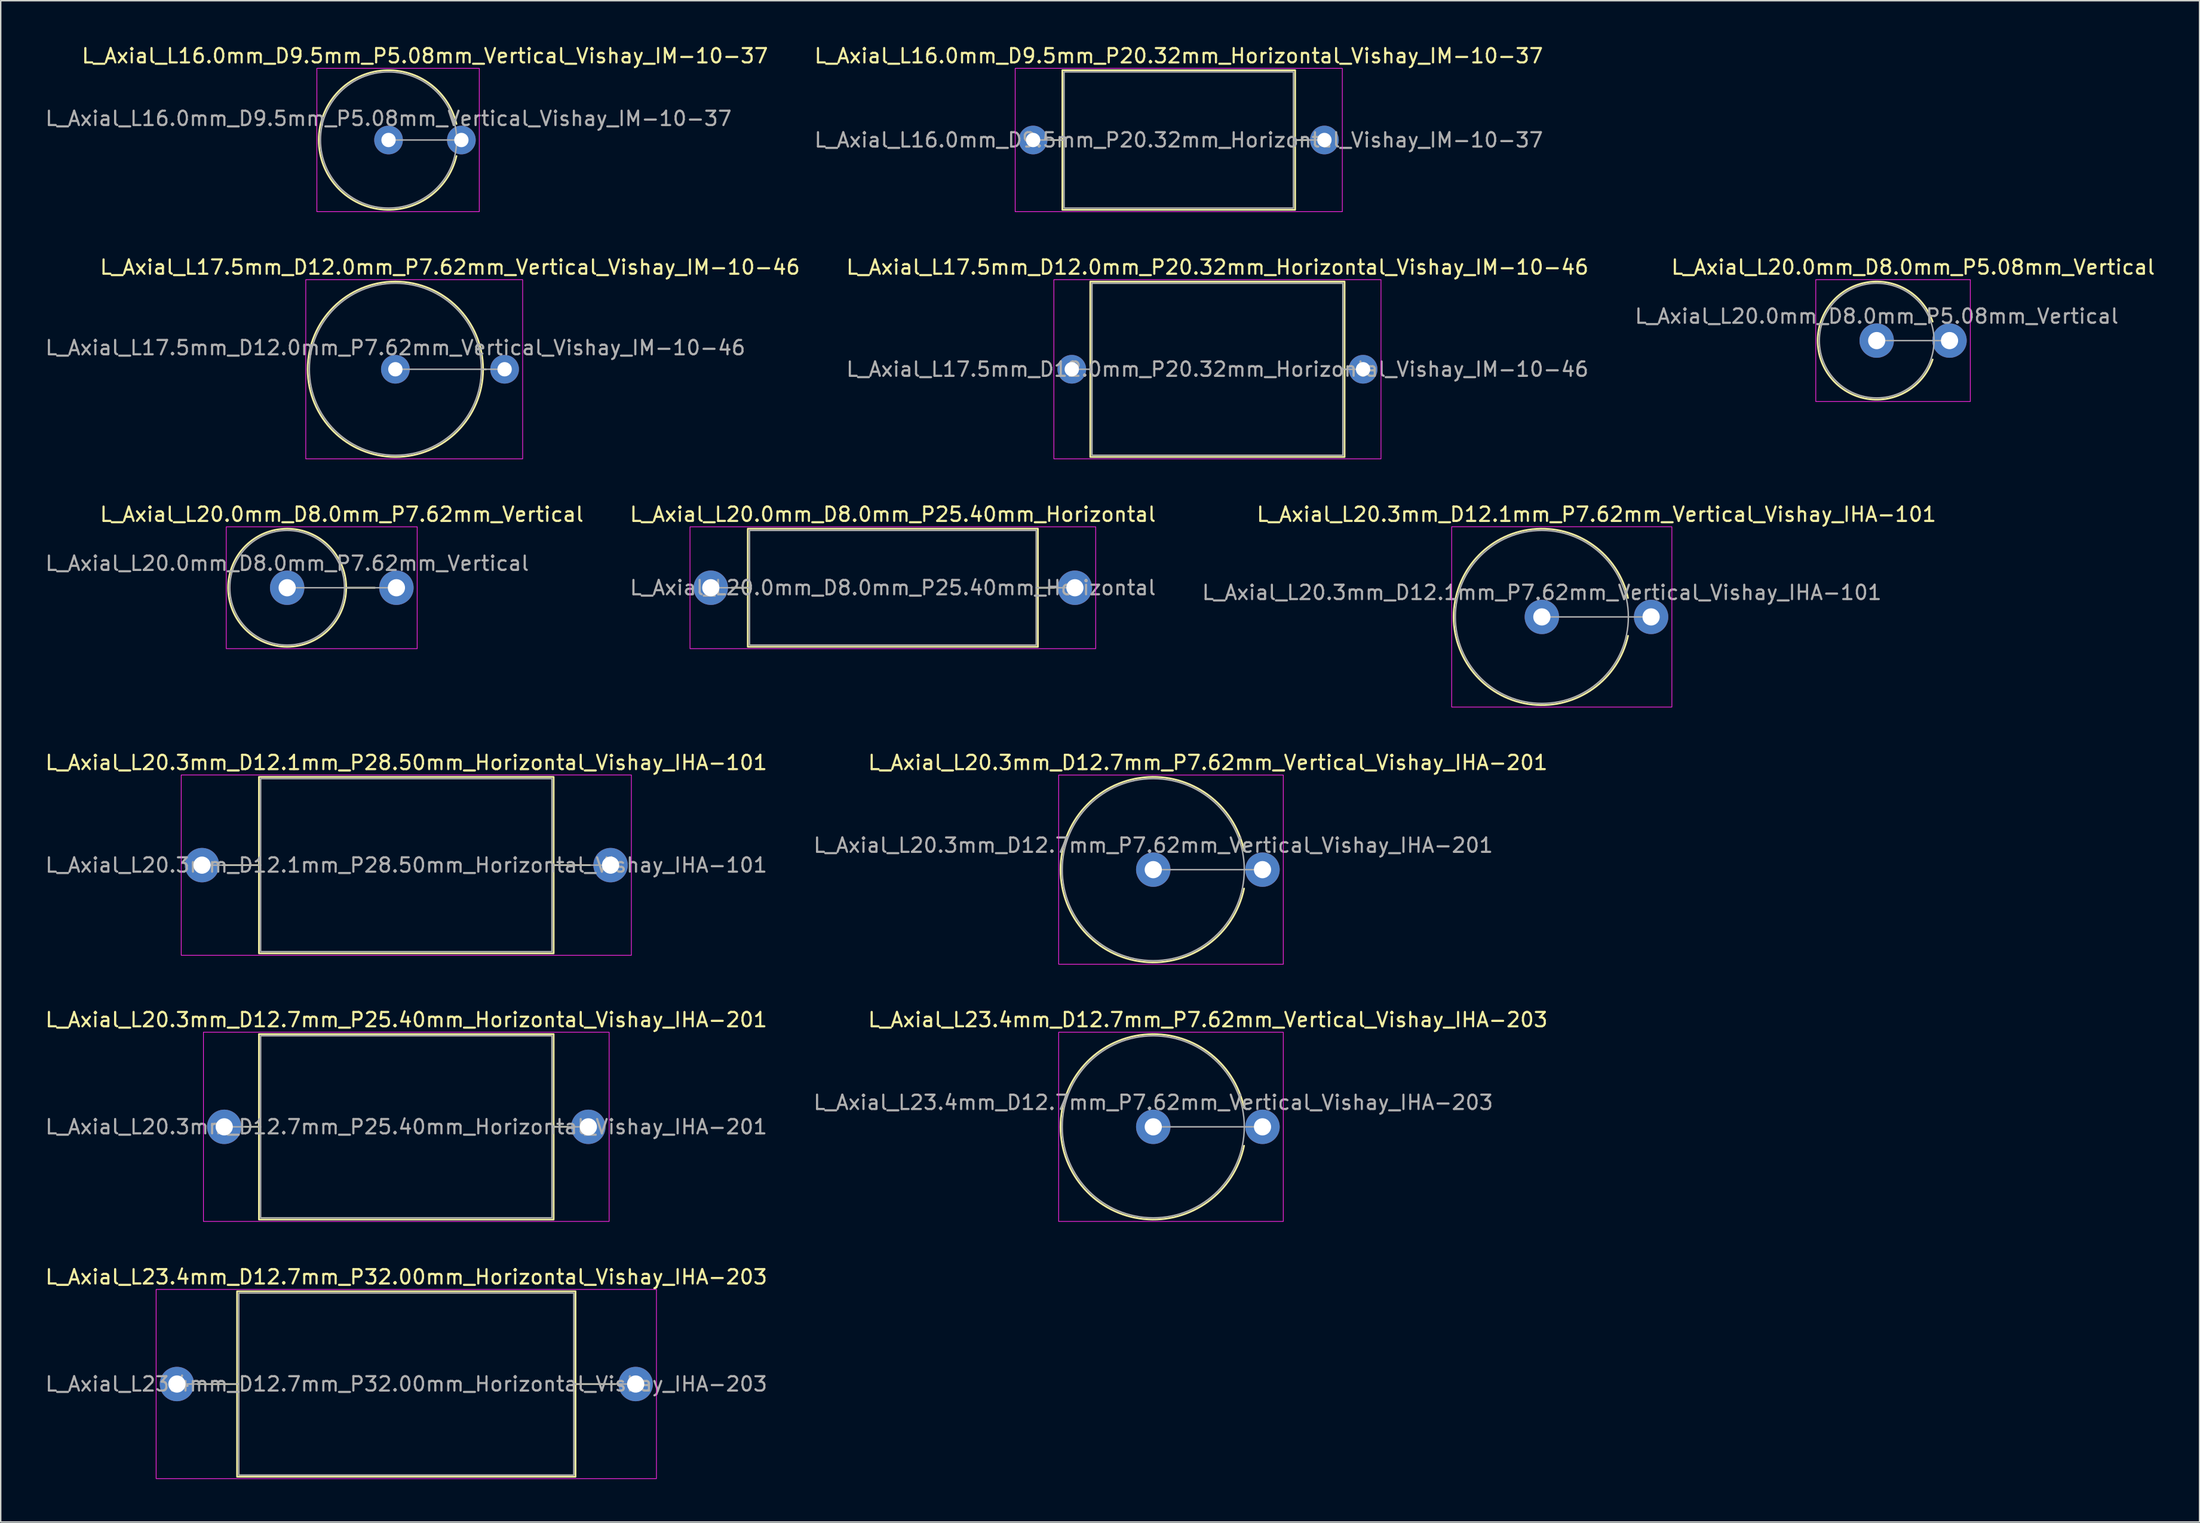
<source format=kicad_pcb>
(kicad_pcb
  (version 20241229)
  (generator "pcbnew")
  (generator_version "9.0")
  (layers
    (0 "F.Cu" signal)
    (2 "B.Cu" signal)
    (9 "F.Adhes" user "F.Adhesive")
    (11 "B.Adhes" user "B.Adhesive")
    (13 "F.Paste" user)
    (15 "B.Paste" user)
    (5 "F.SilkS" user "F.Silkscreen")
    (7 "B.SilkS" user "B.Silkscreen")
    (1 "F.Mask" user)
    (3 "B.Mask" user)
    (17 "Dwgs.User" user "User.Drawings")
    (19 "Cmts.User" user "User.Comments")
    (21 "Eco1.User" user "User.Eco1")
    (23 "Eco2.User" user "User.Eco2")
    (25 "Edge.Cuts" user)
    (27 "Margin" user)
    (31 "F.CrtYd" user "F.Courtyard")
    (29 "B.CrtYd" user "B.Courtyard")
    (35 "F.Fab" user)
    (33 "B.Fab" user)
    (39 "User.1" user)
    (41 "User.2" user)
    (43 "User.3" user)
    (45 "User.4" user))
  (footprint "L_Axial_L16.0mm_D9.5mm_P5.08mm_Vertical_Vishay_IM-10-37"
    (layer "F.Cu")
    (at 24.054 6.718)
    (property "Reference" "L_Axial_L16.0mm_D9.5mm_P5.08mm_Vertical_Vishay_IM-10-37" (at 2.54 -5.87 0) (layer "F.SilkS") (effects (font (size 1 1) (thickness 0.15))))
    (attr through_hole)
    (fp_arc (start 4.739462 1.12) (mid -4.87 0) (end 4.739462 -1.12) (stroke (width 0.12) (type solid)) (layer "F.SilkS"))
    (fp_rect (start -5 -5) (end 6.33 5) (stroke (width 0.05) (type solid)) (fill no) (layer "F.CrtYd"))
    (fp_line (start 0 0) (end 5.08 0) (stroke (width 0.1) (type solid)) (layer "F.Fab"))
    (fp_circle (center 0 0) (end 4.75 0) (stroke (width 0.1) (type solid)) (fill no) (layer "F.Fab"))
    (fp_text user "${REFERENCE}" (at 0 -1.5 0) (layer "F.Fab") (effects (font (size 1 1) (thickness 0.15))))
    (pad "1" thru_hole circle (at 0 0) (size 2 2) (drill 1) (layers "*.Cu" "*.Mask"))
    (pad "2" thru_hole circle (at 5.08 0) (size 2 2) (drill 1) (layers "*.Cu" "*.Mask")))
  (footprint "L_Axial_L20.3mm_D12.1mm_P7.62mm_Vertical_Vishay_IHA-101"
    (layer "F.Cu")
    (at 104.506 39.99)
    (property "Reference" "L_Axial_L20.3mm_D12.1mm_P7.62mm_Vertical_Vishay_IHA-101" (at 3.81 -7.155 0) (layer "F.SilkS") (effects (font (size 1 1) (thickness 0.15))))
    (attr through_hole)
    (fp_arc (start 6.01179 1.32) (mid -6.155 0) (end 6.01179 -1.32) (stroke (width 0.12) (type solid)) (layer "F.SilkS"))
    (fp_rect (start -6.29 -6.29) (end 9.07 6.29) (stroke (width 0.05) (type solid)) (fill no) (layer "F.CrtYd"))
    (fp_line (start 0 0) (end 7.62 0) (stroke (width 0.1) (type solid)) (layer "F.Fab"))
    (fp_circle (center 0 0) (end 6.035 0) (stroke (width 0.1) (type solid)) (fill no) (layer "F.Fab"))
    (fp_text user "${REFERENCE}" (at 0 -1.7 0) (layer "F.Fab") (effects (font (size 1 1) (thickness 0.15))))
    (pad "1" thru_hole circle (at 0 0) (size 2.4 2.4) (drill 1.2) (layers "*.Cu" "*.Mask"))
    (pad "2" thru_hole circle (at 7.62 0) (size 2.4 2.4) (drill 1.2) (layers "*.Cu" "*.Mask")))
  (footprint "L_Axial_L16.0mm_D9.5mm_P20.32mm_Horizontal_Vishay_IM-10-37"
    (layer "F.Cu")
    (at 69.017 6.718)
    (property "Reference" "L_Axial_L16.0mm_D9.5mm_P20.32mm_Horizontal_Vishay_IM-10-37" (at 10.16 -5.87 0) (layer "F.SilkS") (effects (font (size 1 1) (thickness 0.15))))
    (attr through_hole)
    (fp_line (start 1.24 0) (end 2.04 0) (stroke (width 0.12) (type solid)) (layer "F.SilkS"))
    (fp_line (start 19.08 0) (end 18.28 0) (stroke (width 0.12) (type solid)) (layer "F.SilkS"))
    (fp_rect (start 2.04 -4.87) (end 18.28 4.87) (stroke (width 0.12) (type solid)) (fill no) (layer "F.SilkS"))
    (fp_rect (start -1.25 -5) (end 21.57 5) (stroke (width 0.05) (type solid)) (fill no) (layer "F.CrtYd"))
    (fp_line (start 0 0) (end 2.16 0) (stroke (width 0.1) (type solid)) (layer "F.Fab"))
    (fp_line (start 20.32 0) (end 18.16 0) (stroke (width 0.1) (type solid)) (layer "F.Fab"))
    (fp_rect (start 2.16 -4.75) (end 18.16 4.75) (stroke (width 0.1) (type solid)) (fill no) (layer "F.Fab"))
    (fp_text user "${REFERENCE}" (at 10.16 0 0) (layer "F.Fab") (effects (font (size 1 1) (thickness 0.15))))
    (pad "1" thru_hole circle (at 0 0) (size 2 2) (drill 1) (layers "*.Cu" "*.Mask"))
    (pad "2" thru_hole circle (at 20.32 0) (size 2 2) (drill 1) (layers "*.Cu" "*.Mask")))
  (footprint "L_Axial_L17.5mm_D12.0mm_P20.32mm_Horizontal_Vishay_IM-10-46"
    (layer "F.Cu")
    (at 71.715 22.712)
    (property "Reference" "L_Axial_L17.5mm_D12.0mm_P20.32mm_Horizontal_Vishay_IM-10-46" (at 10.16 -7.12 0) (layer "F.SilkS") (effects (font (size 1 1) (thickness 0.15))))
    (attr through_hole)
    (fp_line (start 1.24 0) (end 1.29 0) (stroke (width 0.12) (type solid)) (layer "F.SilkS"))
    (fp_line (start 19.08 0) (end 19.03 0) (stroke (width 0.12) (type solid)) (layer "F.SilkS"))
    (fp_rect (start 1.29 -6.12) (end 19.03 6.12) (stroke (width 0.12) (type solid)) (fill no) (layer "F.SilkS"))
    (fp_rect (start -1.25 -6.25) (end 21.57 6.25) (stroke (width 0.05) (type solid)) (fill no) (layer "F.CrtYd"))
    (fp_line (start 0 0) (end 1.41 0) (stroke (width 0.1) (type solid)) (layer "F.Fab"))
    (fp_line (start 20.32 0) (end 18.91 0) (stroke (width 0.1) (type solid)) (layer "F.Fab"))
    (fp_rect (start 1.41 -6) (end 18.91 6) (stroke (width 0.1) (type solid)) (fill no) (layer "F.Fab"))
    (fp_text user "${REFERENCE}" (at 10.16 0 0) (layer "F.Fab") (effects (font (size 1 1) (thickness 0.15))))
    (pad "1" thru_hole circle (at 0 0) (size 2 2) (drill 1) (layers "*.Cu" "*.Mask"))
    (pad "2" thru_hole circle (at 20.32 0) (size 2 2) (drill 1) (layers "*.Cu" "*.Mask")))
  (footprint "L_Axial_L20.0mm_D8.0mm_P25.40mm_Horizontal"
    (layer "F.Cu")
    (at 46.533 37.955)
    (property "Reference" "L_Axial_L20.0mm_D8.0mm_P25.40mm_Horizontal" (at 12.7 -5.12 0) (layer "F.SilkS") (effects (font (size 1 1) (thickness 0.15))))
    (attr through_hole)
    (fp_line (start 1.44 0) (end 2.58 0) (stroke (width 0.12) (type solid)) (layer "F.SilkS"))
    (fp_line (start 23.96 0) (end 22.82 0) (stroke (width 0.12) (type solid)) (layer "F.SilkS"))
    (fp_rect (start 2.58 -4.12) (end 22.82 4.12) (stroke (width 0.12) (type solid)) (fill no) (layer "F.SilkS"))
    (fp_rect (start -1.45 -4.25) (end 26.85 4.25) (stroke (width 0.05) (type solid)) (fill no) (layer "F.CrtYd"))
    (fp_line (start 0 0) (end 2.7 0) (stroke (width 0.1) (type solid)) (layer "F.Fab"))
    (fp_line (start 25.4 0) (end 22.7 0) (stroke (width 0.1) (type solid)) (layer "F.Fab"))
    (fp_rect (start 2.7 -4) (end 22.7 4) (stroke (width 0.1) (type solid)) (fill no) (layer "F.Fab"))
    (fp_text user "${REFERENCE}" (at 12.7 0 0) (layer "F.Fab") (effects (font (size 1 1) (thickness 0.15))))
    (pad "1" thru_hole circle (at 0 0) (size 2.4 2.4) (drill 1.2) (layers "*.Cu" "*.Mask"))
    (pad "2" thru_hole circle (at 25.4 0) (size 2.4 2.4) (drill 1.2) (layers "*.Cu" "*.Mask")))
  (footprint "L_Axial_L23.4mm_D12.7mm_P32.00mm_Horizontal_Vishay_IHA-203"
    (layer "F.Cu")
    (at 9.292 93.51)
    (property "Reference" "L_Axial_L23.4mm_D12.7mm_P32.00mm_Horizontal_Vishay_IHA-203" (at 16 -7.47 0) (layer "F.SilkS") (effects (font (size 1 1) (thickness 0.15))))
    (attr through_hole)
    (fp_line (start 1.44 0) (end 4.195 0) (stroke (width 0.12) (type solid)) (layer "F.SilkS"))
    (fp_line (start 30.56 0) (end 27.805 0) (stroke (width 0.12) (type solid)) (layer "F.SilkS"))
    (fp_rect (start 4.195 -6.47) (end 27.805 6.47) (stroke (width 0.12) (type solid)) (fill no) (layer "F.SilkS"))
    (fp_rect (start -1.45 -6.6) (end 33.45 6.6) (stroke (width 0.05) (type solid)) (fill no) (layer "F.CrtYd"))
    (fp_line (start 0 0) (end 4.315 0) (stroke (width 0.1) (type solid)) (layer "F.Fab"))
    (fp_line (start 32 0) (end 27.685 0) (stroke (width 0.1) (type solid)) (layer "F.Fab"))
    (fp_rect (start 4.315 -6.35) (end 27.685 6.35) (stroke (width 0.1) (type solid)) (fill no) (layer "F.Fab"))
    (fp_text user "${REFERENCE}" (at 16 0 0) (layer "F.Fab") (effects (font (size 1 1) (thickness 0.15))))
    (pad "1" thru_hole circle (at 0 0) (size 2.4 2.4) (drill 1.2) (layers "*.Cu" "*.Mask"))
    (pad "2" thru_hole circle (at 32 0) (size 2.4 2.4) (drill 1.2) (layers "*.Cu" "*.Mask")))
  (footprint "L_Axial_L20.3mm_D12.7mm_P25.40mm_Horizontal_Vishay_IHA-201"
    (layer "F.Cu")
    (at 12.592 75.566)
    (property "Reference" "L_Axial_L20.3mm_D12.7mm_P25.40mm_Horizontal_Vishay_IHA-201" (at 12.7 -7.47 0) (layer "F.SilkS") (effects (font (size 1 1) (thickness 0.15))))
    (attr through_hole)
    (fp_line (start 1.44 0) (end 2.42 0) (stroke (width 0.12) (type solid)) (layer "F.SilkS"))
    (fp_line (start 23.96 0) (end 22.98 0) (stroke (width 0.12) (type solid)) (layer "F.SilkS"))
    (fp_rect (start 2.42 -6.47) (end 22.98 6.47) (stroke (width 0.12) (type solid)) (fill no) (layer "F.SilkS"))
    (fp_rect (start -1.45 -6.6) (end 26.85 6.6) (stroke (width 0.05) (type solid)) (fill no) (layer "F.CrtYd"))
    (fp_line (start 0 0) (end 2.54 0) (stroke (width 0.1) (type solid)) (layer "F.Fab"))
    (fp_line (start 25.4 0) (end 22.86 0) (stroke (width 0.1) (type solid)) (layer "F.Fab"))
    (fp_rect (start 2.54 -6.35) (end 22.86 6.35) (stroke (width 0.1) (type solid)) (fill no) (layer "F.Fab"))
    (fp_text user "${REFERENCE}" (at 12.7 0 0) (layer "F.Fab") (effects (font (size 1 1) (thickness 0.15))))
    (pad "1" thru_hole circle (at 0 0) (size 2.4 2.4) (drill 1.2) (layers "*.Cu" "*.Mask"))
    (pad "2" thru_hole circle (at 25.4 0) (size 2.4 2.4) (drill 1.2) (layers "*.Cu" "*.Mask")))
  (footprint "L_Axial_L20.0mm_D8.0mm_P5.08mm_Vertical"
    (layer "F.Cu")
    (at 127.864 20.712)
    (property "Reference" "L_Axial_L20.0mm_D8.0mm_P5.08mm_Vertical" (at 2.54 -5.12 0) (layer "F.SilkS") (effects (font (size 1 1) (thickness 0.15))))
    (attr through_hole)
    (fp_arc (start 3.902819 1.32) (mid -4.12 0) (end 3.902819 -1.32) (stroke (width 0.12) (type solid)) (layer "F.SilkS"))
    (fp_rect (start -4.25 -4.25) (end 6.53 4.25) (stroke (width 0.05) (type solid)) (fill no) (layer "F.CrtYd"))
    (fp_line (start 0 0) (end 5.08 0) (stroke (width 0.1) (type solid)) (layer "F.Fab"))
    (fp_circle (center 0 0) (end 4 0) (stroke (width 0.1) (type solid)) (fill no) (layer "F.Fab"))
    (fp_text user "${REFERENCE}" (at 0 -1.7 0) (layer "F.Fab") (effects (font (size 1 1) (thickness 0.15))))
    (pad "1" thru_hole circle (at 0 0) (size 2.4 2.4) (drill 1.2) (layers "*.Cu" "*.Mask"))
    (pad "2" thru_hole circle (at 5.08 0) (size 2.4 2.4) (drill 1.2) (layers "*.Cu" "*.Mask")))
  (footprint "L_Axial_L23.4mm_D12.7mm_P7.62mm_Vertical_Vishay_IHA-203"
    (layer "F.Cu")
    (at 77.399 75.566)
    (property "Reference" "L_Axial_L23.4mm_D12.7mm_P7.62mm_Vertical_Vishay_IHA-203" (at 3.81 -7.47 0) (layer "F.SilkS") (effects (font (size 1 1) (thickness 0.15))))
    (attr through_hole)
    (fp_arc (start 6.333917 1.32) (mid -6.47 0) (end 6.333917 -1.32) (stroke (width 0.12) (type solid)) (layer "F.SilkS"))
    (fp_rect (start -6.6 -6.6) (end 9.07 6.6) (stroke (width 0.05) (type solid)) (fill no) (layer "F.CrtYd"))
    (fp_line (start 0 0) (end 7.62 0) (stroke (width 0.1) (type solid)) (layer "F.Fab"))
    (fp_circle (center 0 0) (end 6.35 0) (stroke (width 0.1) (type solid)) (fill no) (layer "F.Fab"))
    (fp_text user "${REFERENCE}" (at 0 -1.7 0) (layer "F.Fab") (effects (font (size 1 1) (thickness 0.15))))
    (pad "1" thru_hole circle (at 0 0) (size 2.4 2.4) (drill 1.2) (layers "*.Cu" "*.Mask"))
    (pad "2" thru_hole circle (at 7.62 0) (size 2.4 2.4) (drill 1.2) (layers "*.Cu" "*.Mask")))
  (footprint "L_Axial_L20.3mm_D12.1mm_P28.50mm_Horizontal_Vishay_IHA-101"
    (layer "F.Cu")
    (at 11.042 57.308)
    (property "Reference" "L_Axial_L20.3mm_D12.1mm_P28.50mm_Horizontal_Vishay_IHA-101" (at 14.25 -7.155 0) (layer "F.SilkS") (effects (font (size 1 1) (thickness 0.15))))
    (attr through_hole)
    (fp_line (start 1.44 0) (end 3.97 0) (stroke (width 0.12) (type solid)) (layer "F.SilkS"))
    (fp_line (start 27.06 0) (end 24.53 0) (stroke (width 0.12) (type solid)) (layer "F.SilkS"))
    (fp_rect (start 3.97 -6.155) (end 24.53 6.155) (stroke (width 0.12) (type solid)) (fill no) (layer "F.SilkS"))
    (fp_rect (start -1.45 -6.29) (end 29.95 6.29) (stroke (width 0.05) (type solid)) (fill no) (layer "F.CrtYd"))
    (fp_line (start 0 0) (end 4.09 0) (stroke (width 0.1) (type solid)) (layer "F.Fab"))
    (fp_line (start 28.5 0) (end 24.41 0) (stroke (width 0.1) (type solid)) (layer "F.Fab"))
    (fp_rect (start 4.09 -6.035) (end 24.41 6.035) (stroke (width 0.1) (type solid)) (fill no) (layer "F.Fab"))
    (fp_text user "${REFERENCE}" (at 14.25 0 0) (layer "F.Fab") (effects (font (size 1 1) (thickness 0.15))))
    (pad "1" thru_hole circle (at 0 0) (size 2.4 2.4) (drill 1.2) (layers "*.Cu" "*.Mask"))
    (pad "2" thru_hole circle (at 28.5 0) (size 2.4 2.4) (drill 1.2) (layers "*.Cu" "*.Mask")))
  (footprint "L_Axial_L20.0mm_D8.0mm_P7.62mm_Vertical"
    (layer "F.Cu")
    (at 16.982 37.955)
    (property "Reference" "L_Axial_L20.0mm_D8.0mm_P7.62mm_Vertical" (at 3.81 -5.12 0) (layer "F.SilkS") (effects (font (size 1 1) (thickness 0.15))))
    (attr through_hole)
    (fp_line (start 4.12 0) (end 6.12 0) (stroke (width 0.12) (type solid)) (layer "F.SilkS"))
    (fp_circle (center 0 0) (end 4.12 0) (stroke (width 0.12) (type solid)) (fill no) (layer "F.SilkS"))
    (fp_rect (start -4.25 -4.25) (end 9.07 4.25) (stroke (width 0.05) (type solid)) (fill no) (layer "F.CrtYd"))
    (fp_line (start 0 0) (end 7.62 0) (stroke (width 0.1) (type solid)) (layer "F.Fab"))
    (fp_circle (center 0 0) (end 4 0) (stroke (width 0.1) (type solid)) (fill no) (layer "F.Fab"))
    (fp_text user "${REFERENCE}" (at 0 -1.7 0) (layer "F.Fab") (effects (font (size 1 1) (thickness 0.15))))
    (pad "1" thru_hole circle (at 0 0) (size 2.4 2.4) (drill 1.2) (layers "*.Cu" "*.Mask"))
    (pad "2" thru_hole circle (at 7.62 0) (size 2.4 2.4) (drill 1.2) (layers "*.Cu" "*.Mask")))
  (footprint "L_Axial_L20.3mm_D12.7mm_P7.62mm_Vertical_Vishay_IHA-201"
    (layer "F.Cu")
    (at 77.399 57.623)
    (property "Reference" "L_Axial_L20.3mm_D12.7mm_P7.62mm_Vertical_Vishay_IHA-201" (at 3.81 -7.47 0) (layer "F.SilkS") (effects (font (size 1 1) (thickness 0.15))))
    (attr through_hole)
    (fp_arc (start 6.333917 1.32) (mid -6.47 0) (end 6.333917 -1.32) (stroke (width 0.12) (type solid)) (layer "F.SilkS"))
    (fp_rect (start -6.6 -6.6) (end 9.07 6.6) (stroke (width 0.05) (type solid)) (fill no) (layer "F.CrtYd"))
    (fp_line (start 0 0) (end 7.62 0) (stroke (width 0.1) (type solid)) (layer "F.Fab"))
    (fp_circle (center 0 0) (end 6.35 0) (stroke (width 0.1) (type solid)) (fill no) (layer "F.Fab"))
    (fp_text user "${REFERENCE}" (at 0 -1.7 0) (layer "F.Fab") (effects (font (size 1 1) (thickness 0.15))))
    (pad "1" thru_hole circle (at 0 0) (size 2.4 2.4) (drill 1.2) (layers "*.Cu" "*.Mask"))
    (pad "2" thru_hole circle (at 7.62 0) (size 2.4 2.4) (drill 1.2) (layers "*.Cu" "*.Mask")))
  (footprint "L_Axial_L17.5mm_D12.0mm_P7.62mm_Vertical_Vishay_IM-10-46"
    (layer "F.Cu")
    (at 24.53 22.712)
    (property "Reference" "L_Axial_L17.5mm_D12.0mm_P7.62mm_Vertical_Vishay_IM-10-46" (at 3.81 -7.12 0) (layer "F.SilkS") (effects (font (size 1 1) (thickness 0.15))))
    (attr through_hole)
    (fp_line (start 6.12 0) (end 6.32 0) (stroke (width 0.12) (type solid)) (layer "F.SilkS"))
    (fp_circle (center 0 0) (end 6.12 0) (stroke (width 0.12) (type solid)) (fill no) (layer "F.SilkS"))
    (fp_rect (start -6.25 -6.25) (end 8.88 6.25) (stroke (width 0.05) (type solid)) (fill no) (layer "F.CrtYd"))
    (fp_line (start 0 0) (end 7.62 0) (stroke (width 0.1) (type solid)) (layer "F.Fab"))
    (fp_circle (center 0 0) (end 6 0) (stroke (width 0.1) (type solid)) (fill no) (layer "F.Fab"))
    (fp_text user "${REFERENCE}" (at 0 -1.5 0) (layer "F.Fab") (effects (font (size 1 1) (thickness 0.15))))
    (pad "1" thru_hole circle (at 0 0) (size 2 2) (drill 1) (layers "*.Cu" "*.Mask"))
    (pad "2" thru_hole circle (at 7.62 0) (size 2 2) (drill 1) (layers "*.Cu" "*.Mask")))
  (gr_rect
    (start -3 -3)
    (end 150.386 103.135)
    (stroke (width 0.1) (type default))
    (fill no)
    (layer "Edge.Cuts")))
</source>
